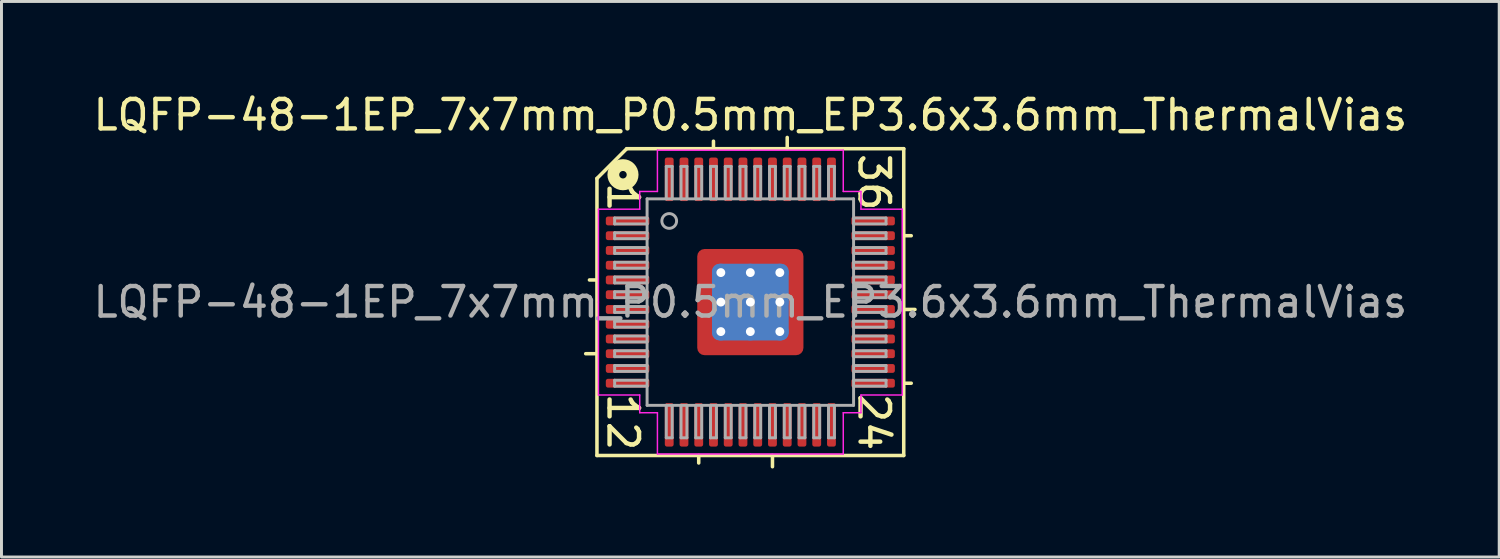
<source format=kicad_pcb>
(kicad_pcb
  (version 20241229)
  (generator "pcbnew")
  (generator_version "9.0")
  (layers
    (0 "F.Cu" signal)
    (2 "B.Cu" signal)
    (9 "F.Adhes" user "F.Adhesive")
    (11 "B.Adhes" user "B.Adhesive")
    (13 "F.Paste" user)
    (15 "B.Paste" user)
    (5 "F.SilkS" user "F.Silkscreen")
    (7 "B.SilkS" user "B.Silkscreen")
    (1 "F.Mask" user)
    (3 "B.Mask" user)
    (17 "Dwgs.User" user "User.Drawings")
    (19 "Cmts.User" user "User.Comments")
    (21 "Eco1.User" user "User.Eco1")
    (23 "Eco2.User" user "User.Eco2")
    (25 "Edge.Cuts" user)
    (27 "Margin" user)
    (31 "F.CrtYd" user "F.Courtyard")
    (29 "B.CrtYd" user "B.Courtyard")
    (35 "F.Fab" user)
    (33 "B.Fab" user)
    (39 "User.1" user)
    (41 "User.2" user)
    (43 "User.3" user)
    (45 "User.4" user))
  (footprint "LQFP-48-1EP_7x7mm_P0.5mm_EP3.6x3.6mm_ThermalVias"
    (layer "F.Cu")
    (at 22.387 7.191)
    (property "Reference" "LQFP-48-1EP_7x7mm_P0.5mm_EP3.6x3.6mm_ThermalVias" (at 0 -6.343 0) (layer "F.SilkS") (effects (font (size 1 1) (thickness 0.15))))
    (attr smd)
    (fp_line (start -5.2 -4.191) (end -5.2 5.2) (stroke (width 0.12) (type solid)) (layer "F.SilkS"))
    (fp_line (start -5.2 -0.75) (end -5.454 -0.75) (stroke (width 0.12) (type solid)) (layer "F.SilkS"))
    (fp_line (start -5.2 1.75) (end -5.581 1.75) (stroke (width 0.12) (type solid)) (layer "F.SilkS"))
    (fp_line (start -5.2 5.2) (end 5.2 5.2) (stroke (width 0.12) (type solid)) (layer "F.SilkS"))
    (fp_line (start -4.191 -5.2) (end -5.2 -4.191) (stroke (width 0.12) (type solid)) (layer "F.SilkS"))
    (fp_line (start -1.75 5.2) (end -1.75 5.454) (stroke (width 0.12) (type solid)) (layer "F.SilkS"))
    (fp_line (start -1.25 -5.2) (end -1.25 -5.454) (stroke (width 0.12) (type solid)) (layer "F.SilkS"))
    (fp_line (start 0.75 5.2) (end 0.75 5.581) (stroke (width 0.12) (type solid)) (layer "F.SilkS"))
    (fp_line (start 1.25 -5.2) (end 1.25 -5.581) (stroke (width 0.12) (type solid)) (layer "F.SilkS"))
    (fp_line (start 5.2 -5.2) (end -4.191 -5.2) (stroke (width 0.12) (type solid)) (layer "F.SilkS"))
    (fp_line (start 5.2 -2.25) (end 5.454 -2.25) (stroke (width 0.12) (type solid)) (layer "F.SilkS"))
    (fp_line (start 5.2 0.25) (end 5.581 0.25) (stroke (width 0.12) (type solid)) (layer "F.SilkS"))
    (fp_line (start 5.2 2.75) (end 5.454 2.75) (stroke (width 0.12) (type solid)) (layer "F.SilkS"))
    (fp_line (start 5.2 5.2) (end 5.2 -5.2) (stroke (width 0.12) (type solid)) (layer "F.SilkS"))
    (fp_circle (center -4.318 -4.318) (end -4.191 -4.318) (stroke (width 0.4) (type solid)) (fill no) (layer "F.SilkS"))
    (fp_line (start -5.15 -3.15) (end -5.15 0) (stroke (width 0.05) (type solid)) (layer "F.CrtYd"))
    (fp_line (start -5.15 3.15) (end -5.15 0) (stroke (width 0.05) (type solid)) (layer "F.CrtYd"))
    (fp_line (start -3.75 -3.75) (end -3.75 -3.15) (stroke (width 0.05) (type solid)) (layer "F.CrtYd"))
    (fp_line (start -3.75 -3.15) (end -5.15 -3.15) (stroke (width 0.05) (type solid)) (layer "F.CrtYd"))
    (fp_line (start -3.75 3.15) (end -5.15 3.15) (stroke (width 0.05) (type solid)) (layer "F.CrtYd"))
    (fp_line (start -3.75 3.75) (end -3.75 3.15) (stroke (width 0.05) (type solid)) (layer "F.CrtYd"))
    (fp_line (start -3.15 -5.15) (end -3.15 -3.75) (stroke (width 0.05) (type solid)) (layer "F.CrtYd"))
    (fp_line (start -3.15 -3.75) (end -3.75 -3.75) (stroke (width 0.05) (type solid)) (layer "F.CrtYd"))
    (fp_line (start -3.15 3.75) (end -3.75 3.75) (stroke (width 0.05) (type solid)) (layer "F.CrtYd"))
    (fp_line (start -3.15 5.15) (end -3.15 3.75) (stroke (width 0.05) (type solid)) (layer "F.CrtYd"))
    (fp_line (start 0 -5.15) (end -3.15 -5.15) (stroke (width 0.05) (type solid)) (layer "F.CrtYd"))
    (fp_line (start 0 -5.15) (end 3.15 -5.15) (stroke (width 0.05) (type solid)) (layer "F.CrtYd"))
    (fp_line (start 0 5.15) (end -3.15 5.15) (stroke (width 0.05) (type solid)) (layer "F.CrtYd"))
    (fp_line (start 0 5.15) (end 3.15 5.15) (stroke (width 0.05) (type solid)) (layer "F.CrtYd"))
    (fp_line (start 3.15 -5.15) (end 3.15 -3.75) (stroke (width 0.05) (type solid)) (layer "F.CrtYd"))
    (fp_line (start 3.15 -3.75) (end 3.75 -3.75) (stroke (width 0.05) (type solid)) (layer "F.CrtYd"))
    (fp_line (start 3.15 3.75) (end 3.75 3.75) (stroke (width 0.05) (type solid)) (layer "F.CrtYd"))
    (fp_line (start 3.15 5.15) (end 3.15 3.75) (stroke (width 0.05) (type solid)) (layer "F.CrtYd"))
    (fp_line (start 3.75 -3.75) (end 3.75 -3.15) (stroke (width 0.05) (type solid)) (layer "F.CrtYd"))
    (fp_line (start 3.75 -3.15) (end 5.15 -3.15) (stroke (width 0.05) (type solid)) (layer "F.CrtYd"))
    (fp_line (start 3.75 3.15) (end 5.15 3.15) (stroke (width 0.05) (type solid)) (layer "F.CrtYd"))
    (fp_line (start 3.75 3.75) (end 3.75 3.15) (stroke (width 0.05) (type solid)) (layer "F.CrtYd"))
    (fp_line (start 5.15 -3.15) (end 5.15 0) (stroke (width 0.05) (type solid)) (layer "F.CrtYd"))
    (fp_line (start 5.15 3.15) (end 5.15 0) (stroke (width 0.05) (type solid)) (layer "F.CrtYd"))
    (fp_line (start -4.6 -2.85) (end -4.6 -2.65) (stroke (width 0.1) (type solid)) (layer "F.Fab"))
    (fp_line (start -4.6 -2.85) (end -3.5 -2.85) (stroke (width 0.1) (type solid)) (layer "F.Fab"))
    (fp_line (start -4.6 -2.65) (end -3.5 -2.65) (stroke (width 0.1) (type solid)) (layer "F.Fab"))
    (fp_line (start -4.6 -2.35) (end -4.6 -2.15) (stroke (width 0.1) (type solid)) (layer "F.Fab"))
    (fp_line (start -4.6 -2.35) (end -3.5 -2.35) (stroke (width 0.1) (type solid)) (layer "F.Fab"))
    (fp_line (start -4.6 -2.15) (end -3.5 -2.15) (stroke (width 0.1) (type solid)) (layer "F.Fab"))
    (fp_line (start -4.6 -1.85) (end -4.6 -1.65) (stroke (width 0.1) (type solid)) (layer "F.Fab"))
    (fp_line (start -4.6 -1.85) (end -3.5 -1.85) (stroke (width 0.1) (type solid)) (layer "F.Fab"))
    (fp_line (start -4.6 -1.65) (end -3.5 -1.65) (stroke (width 0.1) (type solid)) (layer "F.Fab"))
    (fp_line (start -4.6 -1.35) (end -4.6 -1.15) (stroke (width 0.1) (type solid)) (layer "F.Fab"))
    (fp_line (start -4.6 -1.35) (end -3.5 -1.35) (stroke (width 0.1) (type solid)) (layer "F.Fab"))
    (fp_line (start -4.6 -1.15) (end -3.5 -1.15) (stroke (width 0.1) (type solid)) (layer "F.Fab"))
    (fp_line (start -4.6 -0.85) (end -4.6 -0.65) (stroke (width 0.1) (type solid)) (layer "F.Fab"))
    (fp_line (start -4.6 -0.85) (end -3.5 -0.85) (stroke (width 0.1) (type solid)) (layer "F.Fab"))
    (fp_line (start -4.6 -0.65) (end -3.5 -0.65) (stroke (width 0.1) (type solid)) (layer "F.Fab"))
    (fp_line (start -4.6 -0.35) (end -4.6 -0.15) (stroke (width 0.1) (type solid)) (layer "F.Fab"))
    (fp_line (start -4.6 -0.35) (end -3.5 -0.35) (stroke (width 0.1) (type solid)) (layer "F.Fab"))
    (fp_line (start -4.6 -0.15) (end -3.5 -0.15) (stroke (width 0.1) (type solid)) (layer "F.Fab"))
    (fp_line (start -4.6 0.15) (end -4.6 0.35) (stroke (width 0.1) (type solid)) (layer "F.Fab"))
    (fp_line (start -4.6 0.15) (end -3.5 0.15) (stroke (width 0.1) (type solid)) (layer "F.Fab"))
    (fp_line (start -4.6 0.35) (end -3.5 0.35) (stroke (width 0.1) (type solid)) (layer "F.Fab"))
    (fp_line (start -4.6 0.65) (end -4.6 0.85) (stroke (width 0.1) (type solid)) (layer "F.Fab"))
    (fp_line (start -4.6 0.65) (end -3.5 0.65) (stroke (width 0.1) (type solid)) (layer "F.Fab"))
    (fp_line (start -4.6 0.85) (end -3.5 0.85) (stroke (width 0.1) (type solid)) (layer "F.Fab"))
    (fp_line (start -4.6 1.15) (end -4.6 1.35) (stroke (width 0.1) (type solid)) (layer "F.Fab"))
    (fp_line (start -4.6 1.15) (end -3.5 1.15) (stroke (width 0.1) (type solid)) (layer "F.Fab"))
    (fp_line (start -4.6 1.35) (end -3.5 1.35) (stroke (width 0.1) (type solid)) (layer "F.Fab"))
    (fp_line (start -4.6 1.65) (end -4.6 1.85) (stroke (width 0.1) (type solid)) (layer "F.Fab"))
    (fp_line (start -4.6 1.65) (end -3.5 1.65) (stroke (width 0.1) (type solid)) (layer "F.Fab"))
    (fp_line (start -4.6 1.85) (end -3.5 1.85) (stroke (width 0.1) (type solid)) (layer "F.Fab"))
    (fp_line (start -4.6 2.15) (end -4.6 2.35) (stroke (width 0.1) (type solid)) (layer "F.Fab"))
    (fp_line (start -4.6 2.15) (end -3.5 2.15) (stroke (width 0.1) (type solid)) (layer "F.Fab"))
    (fp_line (start -4.6 2.35) (end -3.5 2.35) (stroke (width 0.1) (type solid)) (layer "F.Fab"))
    (fp_line (start -4.6 2.65) (end -4.6 2.85) (stroke (width 0.1) (type solid)) (layer "F.Fab"))
    (fp_line (start -4.6 2.65) (end -3.5 2.65) (stroke (width 0.1) (type solid)) (layer "F.Fab"))
    (fp_line (start -4.6 2.85) (end -3.5 2.85) (stroke (width 0.1) (type solid)) (layer "F.Fab"))
    (fp_line (start -3.5 -3.5) (end 3.5 -3.5) (stroke (width 0.1) (type solid)) (layer "F.Fab"))
    (fp_line (start -3.5 3.5) (end -3.5 -3.5) (stroke (width 0.1) (type solid)) (layer "F.Fab"))
    (fp_line (start -2.85 -4.6) (end -2.85 -3.5) (stroke (width 0.1) (type solid)) (layer "F.Fab"))
    (fp_line (start -2.85 4.6) (end -2.85 3.5) (stroke (width 0.1) (type solid)) (layer "F.Fab"))
    (fp_line (start -2.85 4.6) (end -2.65 4.6) (stroke (width 0.1) (type solid)) (layer "F.Fab"))
    (fp_line (start -2.65 -4.6) (end -2.85 -4.6) (stroke (width 0.1) (type solid)) (layer "F.Fab"))
    (fp_line (start -2.65 -4.6) (end -2.65 -3.5) (stroke (width 0.1) (type solid)) (layer "F.Fab"))
    (fp_line (start -2.65 4.6) (end -2.65 3.5) (stroke (width 0.1) (type solid)) (layer "F.Fab"))
    (fp_line (start -2.35 -4.6) (end -2.35 -3.5) (stroke (width 0.1) (type solid)) (layer "F.Fab"))
    (fp_line (start -2.35 4.6) (end -2.35 3.5) (stroke (width 0.1) (type solid)) (layer "F.Fab"))
    (fp_line (start -2.35 4.6) (end -2.15 4.6) (stroke (width 0.1) (type solid)) (layer "F.Fab"))
    (fp_line (start -2.15 -4.6) (end -2.35 -4.6) (stroke (width 0.1) (type solid)) (layer "F.Fab"))
    (fp_line (start -2.15 -4.6) (end -2.15 -3.5) (stroke (width 0.1) (type solid)) (layer "F.Fab"))
    (fp_line (start -2.15 4.6) (end -2.15 3.5) (stroke (width 0.1) (type solid)) (layer "F.Fab"))
    (fp_line (start -1.85 -4.6) (end -1.85 -3.5) (stroke (width 0.1) (type solid)) (layer "F.Fab"))
    (fp_line (start -1.85 4.6) (end -1.85 3.5) (stroke (width 0.1) (type solid)) (layer "F.Fab"))
    (fp_line (start -1.85 4.6) (end -1.65 4.6) (stroke (width 0.1) (type solid)) (layer "F.Fab"))
    (fp_line (start -1.65 -4.6) (end -1.85 -4.6) (stroke (width 0.1) (type solid)) (layer "F.Fab"))
    (fp_line (start -1.65 -4.6) (end -1.65 -3.5) (stroke (width 0.1) (type solid)) (layer "F.Fab"))
    (fp_line (start -1.65 4.6) (end -1.65 3.5) (stroke (width 0.1) (type solid)) (layer "F.Fab"))
    (fp_line (start -1.35 -4.6) (end -1.35 -3.5) (stroke (width 0.1) (type solid)) (layer "F.Fab"))
    (fp_line (start -1.35 4.6) (end -1.35 3.5) (stroke (width 0.1) (type solid)) (layer "F.Fab"))
    (fp_line (start -1.35 4.6) (end -1.15 4.6) (stroke (width 0.1) (type solid)) (layer "F.Fab"))
    (fp_line (start -1.15 -4.6) (end -1.35 -4.6) (stroke (width 0.1) (type solid)) (layer "F.Fab"))
    (fp_line (start -1.15 -4.6) (end -1.15 -3.5) (stroke (width 0.1) (type solid)) (layer "F.Fab"))
    (fp_line (start -1.15 4.6) (end -1.15 3.5) (stroke (width 0.1) (type solid)) (layer "F.Fab"))
    (fp_line (start -0.85 -4.6) (end -0.85 -3.5) (stroke (width 0.1) (type solid)) (layer "F.Fab"))
    (fp_line (start -0.85 4.6) (end -0.85 3.5) (stroke (width 0.1) (type solid)) (layer "F.Fab"))
    (fp_line (start -0.85 4.6) (end -0.65 4.6) (stroke (width 0.1) (type solid)) (layer "F.Fab"))
    (fp_line (start -0.65 -4.6) (end -0.85 -4.6) (stroke (width 0.1) (type solid)) (layer "F.Fab"))
    (fp_line (start -0.65 -4.6) (end -0.65 -3.5) (stroke (width 0.1) (type solid)) (layer "F.Fab"))
    (fp_line (start -0.65 4.6) (end -0.65 3.5) (stroke (width 0.1) (type solid)) (layer "F.Fab"))
    (fp_line (start -0.35 -4.6) (end -0.35 -3.5) (stroke (width 0.1) (type solid)) (layer "F.Fab"))
    (fp_line (start -0.35 4.6) (end -0.35 3.5) (stroke (width 0.1) (type solid)) (layer "F.Fab"))
    (fp_line (start -0.35 4.6) (end -0.15 4.6) (stroke (width 0.1) (type solid)) (layer "F.Fab"))
    (fp_line (start -0.15 -4.6) (end -0.35 -4.6) (stroke (width 0.1) (type solid)) (layer "F.Fab"))
    (fp_line (start -0.15 -4.6) (end -0.15 -3.5) (stroke (width 0.1) (type solid)) (layer "F.Fab"))
    (fp_line (start -0.15 4.6) (end -0.15 3.5) (stroke (width 0.1) (type solid)) (layer "F.Fab"))
    (fp_line (start 0.15 -4.6) (end 0.15 -3.5) (stroke (width 0.1) (type solid)) (layer "F.Fab"))
    (fp_line (start 0.15 4.6) (end 0.15 3.5) (stroke (width 0.1) (type solid)) (layer "F.Fab"))
    (fp_line (start 0.15 4.6) (end 0.35 4.6) (stroke (width 0.1) (type solid)) (layer "F.Fab"))
    (fp_line (start 0.35 -4.6) (end 0.15 -4.6) (stroke (width 0.1) (type solid)) (layer "F.Fab"))
    (fp_line (start 0.35 -4.6) (end 0.35 -3.5) (stroke (width 0.1) (type solid)) (layer "F.Fab"))
    (fp_line (start 0.35 4.6) (end 0.35 3.5) (stroke (width 0.1) (type solid)) (layer "F.Fab"))
    (fp_line (start 0.65 -4.6) (end 0.65 -3.5) (stroke (width 0.1) (type solid)) (layer "F.Fab"))
    (fp_line (start 0.65 4.6) (end 0.65 3.5) (stroke (width 0.1) (type solid)) (layer "F.Fab"))
    (fp_line (start 0.65 4.6) (end 0.85 4.6) (stroke (width 0.1) (type solid)) (layer "F.Fab"))
    (fp_line (start 0.85 -4.6) (end 0.65 -4.6) (stroke (width 0.1) (type solid)) (layer "F.Fab"))
    (fp_line (start 0.85 -4.6) (end 0.85 -3.5) (stroke (width 0.1) (type solid)) (layer "F.Fab"))
    (fp_line (start 0.85 4.6) (end 0.85 3.5) (stroke (width 0.1) (type solid)) (layer "F.Fab"))
    (fp_line (start 1.15 -4.6) (end 1.15 -3.5) (stroke (width 0.1) (type solid)) (layer "F.Fab"))
    (fp_line (start 1.15 4.6) (end 1.15 3.5) (stroke (width 0.1) (type solid)) (layer "F.Fab"))
    (fp_line (start 1.15 4.6) (end 1.35 4.6) (stroke (width 0.1) (type solid)) (layer "F.Fab"))
    (fp_line (start 1.35 -4.6) (end 1.15 -4.6) (stroke (width 0.1) (type solid)) (layer "F.Fab"))
    (fp_line (start 1.35 -4.6) (end 1.35 -3.5) (stroke (width 0.1) (type solid)) (layer "F.Fab"))
    (fp_line (start 1.35 4.6) (end 1.35 3.5) (stroke (width 0.1) (type solid)) (layer "F.Fab"))
    (fp_line (start 1.65 -4.6) (end 1.65 -3.5) (stroke (width 0.1) (type solid)) (layer "F.Fab"))
    (fp_line (start 1.65 4.6) (end 1.65 3.5) (stroke (width 0.1) (type solid)) (layer "F.Fab"))
    (fp_line (start 1.65 4.6) (end 1.85 4.6) (stroke (width 0.1) (type solid)) (layer "F.Fab"))
    (fp_line (start 1.85 -4.6) (end 1.65 -4.6) (stroke (width 0.1) (type solid)) (layer "F.Fab"))
    (fp_line (start 1.85 -4.6) (end 1.85 -3.5) (stroke (width 0.1) (type solid)) (layer "F.Fab"))
    (fp_line (start 1.85 4.6) (end 1.85 3.5) (stroke (width 0.1) (type solid)) (layer "F.Fab"))
    (fp_line (start 2.15 -4.6) (end 2.15 -3.5) (stroke (width 0.1) (type solid)) (layer "F.Fab"))
    (fp_line (start 2.15 4.6) (end 2.15 3.5) (stroke (width 0.1) (type solid)) (layer "F.Fab"))
    (fp_line (start 2.15 4.6) (end 2.35 4.6) (stroke (width 0.1) (type solid)) (layer "F.Fab"))
    (fp_line (start 2.35 -4.6) (end 2.15 -4.6) (stroke (width 0.1) (type solid)) (layer "F.Fab"))
    (fp_line (start 2.35 -4.6) (end 2.35 -3.5) (stroke (width 0.1) (type solid)) (layer "F.Fab"))
    (fp_line (start 2.35 4.6) (end 2.35 3.5) (stroke (width 0.1) (type solid)) (layer "F.Fab"))
    (fp_line (start 2.65 -4.6) (end 2.65 -3.5) (stroke (width 0.1) (type solid)) (layer "F.Fab"))
    (fp_line (start 2.65 4.6) (end 2.65 3.5) (stroke (width 0.1) (type solid)) (layer "F.Fab"))
    (fp_line (start 2.65 4.6) (end 2.85 4.6) (stroke (width 0.1) (type solid)) (layer "F.Fab"))
    (fp_line (start 2.85 -4.6) (end 2.65 -4.6) (stroke (width 0.1) (type solid)) (layer "F.Fab"))
    (fp_line (start 2.85 -4.6) (end 2.85 -3.5) (stroke (width 0.1) (type solid)) (layer "F.Fab"))
    (fp_line (start 2.85 4.6) (end 2.85 3.5) (stroke (width 0.1) (type solid)) (layer "F.Fab"))
    (fp_line (start 3.5 -3.5) (end 3.5 3.5) (stroke (width 0.1) (type solid)) (layer "F.Fab"))
    (fp_line (start 3.5 3.5) (end -3.5 3.5) (stroke (width 0.1) (type solid)) (layer "F.Fab"))
    (fp_line (start 4.6 -2.85) (end 3.5 -2.85) (stroke (width 0.1) (type solid)) (layer "F.Fab"))
    (fp_line (start 4.6 -2.65) (end 3.5 -2.65) (stroke (width 0.1) (type solid)) (layer "F.Fab"))
    (fp_line (start 4.6 -2.65) (end 4.6 -2.85) (stroke (width 0.1) (type solid)) (layer "F.Fab"))
    (fp_line (start 4.6 -2.35) (end 3.5 -2.35) (stroke (width 0.1) (type solid)) (layer "F.Fab"))
    (fp_line (start 4.6 -2.15) (end 3.5 -2.15) (stroke (width 0.1) (type solid)) (layer "F.Fab"))
    (fp_line (start 4.6 -2.15) (end 4.6 -2.35) (stroke (width 0.1) (type solid)) (layer "F.Fab"))
    (fp_line (start 4.6 -1.85) (end 3.5 -1.85) (stroke (width 0.1) (type solid)) (layer "F.Fab"))
    (fp_line (start 4.6 -1.65) (end 3.5 -1.65) (stroke (width 0.1) (type solid)) (layer "F.Fab"))
    (fp_line (start 4.6 -1.65) (end 4.6 -1.85) (stroke (width 0.1) (type solid)) (layer "F.Fab"))
    (fp_line (start 4.6 -1.35) (end 3.5 -1.35) (stroke (width 0.1) (type solid)) (layer "F.Fab"))
    (fp_line (start 4.6 -1.15) (end 3.5 -1.15) (stroke (width 0.1) (type solid)) (layer "F.Fab"))
    (fp_line (start 4.6 -1.15) (end 4.6 -1.35) (stroke (width 0.1) (type solid)) (layer "F.Fab"))
    (fp_line (start 4.6 -0.85) (end 3.5 -0.85) (stroke (width 0.1) (type solid)) (layer "F.Fab"))
    (fp_line (start 4.6 -0.65) (end 3.5 -0.65) (stroke (width 0.1) (type solid)) (layer "F.Fab"))
    (fp_line (start 4.6 -0.65) (end 4.6 -0.85) (stroke (width 0.1) (type solid)) (layer "F.Fab"))
    (fp_line (start 4.6 -0.35) (end 3.5 -0.35) (stroke (width 0.1) (type solid)) (layer "F.Fab"))
    (fp_line (start 4.6 -0.15) (end 3.5 -0.15) (stroke (width 0.1) (type solid)) (layer "F.Fab"))
    (fp_line (start 4.6 -0.15) (end 4.6 -0.35) (stroke (width 0.1) (type solid)) (layer "F.Fab"))
    (fp_line (start 4.6 0.15) (end 3.5 0.15) (stroke (width 0.1) (type solid)) (layer "F.Fab"))
    (fp_line (start 4.6 0.35) (end 3.5 0.35) (stroke (width 0.1) (type solid)) (layer "F.Fab"))
    (fp_line (start 4.6 0.35) (end 4.6 0.15) (stroke (width 0.1) (type solid)) (layer "F.Fab"))
    (fp_line (start 4.6 0.65) (end 3.5 0.65) (stroke (width 0.1) (type solid)) (layer "F.Fab"))
    (fp_line (start 4.6 0.85) (end 3.5 0.85) (stroke (width 0.1) (type solid)) (layer "F.Fab"))
    (fp_line (start 4.6 0.85) (end 4.6 0.65) (stroke (width 0.1) (type solid)) (layer "F.Fab"))
    (fp_line (start 4.6 1.15) (end 3.5 1.15) (stroke (width 0.1) (type solid)) (layer "F.Fab"))
    (fp_line (start 4.6 1.35) (end 3.5 1.35) (stroke (width 0.1) (type solid)) (layer "F.Fab"))
    (fp_line (start 4.6 1.35) (end 4.6 1.15) (stroke (width 0.1) (type solid)) (layer "F.Fab"))
    (fp_line (start 4.6 1.65) (end 3.5 1.65) (stroke (width 0.1) (type solid)) (layer "F.Fab"))
    (fp_line (start 4.6 1.85) (end 3.5 1.85) (stroke (width 0.1) (type solid)) (layer "F.Fab"))
    (fp_line (start 4.6 1.85) (end 4.6 1.65) (stroke (width 0.1) (type solid)) (layer "F.Fab"))
    (fp_line (start 4.6 2.15) (end 3.5 2.15) (stroke (width 0.1) (type solid)) (layer "F.Fab"))
    (fp_line (start 4.6 2.35) (end 3.5 2.35) (stroke (width 0.1) (type solid)) (layer "F.Fab"))
    (fp_line (start 4.6 2.35) (end 4.6 2.15) (stroke (width 0.1) (type solid)) (layer "F.Fab"))
    (fp_line (start 4.6 2.65) (end 3.5 2.65) (stroke (width 0.1) (type solid)) (layer "F.Fab"))
    (fp_line (start 4.6 2.85) (end 3.5 2.85) (stroke (width 0.1) (type solid)) (layer "F.Fab"))
    (fp_line (start 4.6 2.85) (end 4.6 2.65) (stroke (width 0.1) (type solid)) (layer "F.Fab"))
    (fp_circle (center -2.75 -2.75) (end -2.5 -2.75) (stroke (width 0.1) (type solid)) (fill no) (layer "F.Fab"))
    (fp_text user "1" (at -4.318 -3.556 270) (unlocked yes) (layer "F.SilkS") (effects (font (size 1 1) (thickness 0.15))))
    (fp_text user "36" (at 4.191 -4.064 270) (unlocked yes) (layer "F.SilkS") (effects (font (size 1 1) (thickness 0.15))))
    (fp_text user "24" (at 4.191 4.064 270) (unlocked yes) (layer "F.SilkS") (effects (font (size 1 1) (thickness 0.15))))
    (fp_text user "12" (at -4.318 4.064 270) (unlocked yes) (layer "F.SilkS") (effects (font (size 1 1) (thickness 0.15))))
    (fp_text user "${REFERENCE}" (at 0 0 0) (layer "F.Fab") (effects (font (size 1 1) (thickness 0.15))))
    (pad "" smd custom (at -1.4 -1.4) (size 0.555 0.555) (layers "F.Paste") (options (anchor circle)) (primitives (gr_poly (pts (xy 0.232 0.157) (xy 0.157 0.232) (xy -0.232 0.232) (xy -0.232 -0.232) (xy 0.232 -0.232)) (width 0.181) (fill yes))))
    (pad "" smd custom (at -1.4 -0.5) (size 0.568 0.568) (layers "F.Paste") (options (anchor circle)) (primitives (gr_poly (pts (xy 0.246 -0.263) (xy 0.246 0.263) (xy 0.182 0.326) (xy -0.246 0.326) (xy -0.246 -0.326) (xy 0.182 -0.326)) (width 0.153) (fill yes))))
    (pad "" smd custom (at -1.4 0.5) (size 0.568 0.568) (layers "F.Paste") (options (anchor circle)) (primitives (gr_poly (pts (xy 0.246 -0.263) (xy 0.246 0.263) (xy 0.182 0.326) (xy -0.246 0.326) (xy -0.246 -0.326) (xy 0.182 -0.326)) (width 0.153) (fill yes))))
    (pad "" smd custom (at -1.4 1.4) (size 0.555 0.555) (layers "F.Paste") (options (anchor circle)) (primitives (gr_poly (pts (xy 0.232 -0.157) (xy 0.232 0.232) (xy -0.232 0.232) (xy -0.232 -0.232) (xy 0.157 -0.232)) (width 0.181) (fill yes))))
    (pad "" smd custom (at -0.5 -1.4) (size 0.568 0.568) (layers "F.Paste") (options (anchor circle)) (primitives (gr_poly (pts (xy 0.326 0.182) (xy 0.263 0.246) (xy -0.263 0.246) (xy -0.326 0.182) (xy -0.326 -0.246) (xy 0.326 -0.246)) (width 0.153) (fill yes))))
    (pad "" smd roundrect (at -0.5 -0.5) (size 0.806 0.806) (layers "F.Paste") (roundrect_rratio 0.25))
    (pad "" smd roundrect (at -0.5 0.5) (size 0.806 0.806) (layers "F.Paste") (roundrect_rratio 0.25))
    (pad "" smd custom (at -0.5 1.4) (size 0.568 0.568) (layers "F.Paste") (options (anchor circle)) (primitives (gr_poly (pts (xy 0.326 -0.182) (xy 0.326 0.246) (xy -0.326 0.246) (xy -0.326 -0.182) (xy -0.263 -0.246) (xy 0.263 -0.246)) (width 0.153) (fill yes))))
    (pad "" smd custom (at 0.5 -1.4) (size 0.568 0.568) (layers "F.Paste") (options (anchor circle)) (primitives (gr_poly (pts (xy 0.326 0.182) (xy 0.263 0.246) (xy -0.263 0.246) (xy -0.326 0.182) (xy -0.326 -0.246) (xy 0.326 -0.246)) (width 0.153) (fill yes))))
    (pad "" smd roundrect (at 0.5 -0.5) (size 0.806 0.806) (layers "F.Paste") (roundrect_rratio 0.25))
    (pad "" smd roundrect (at 0.5 0.5) (size 0.806 0.806) (layers "F.Paste") (roundrect_rratio 0.25))
    (pad "" smd custom (at 0.5 1.4) (size 0.568 0.568) (layers "F.Paste") (options (anchor circle)) (primitives (gr_poly (pts (xy 0.326 -0.182) (xy 0.326 0.246) (xy -0.326 0.246) (xy -0.326 -0.182) (xy -0.263 -0.246) (xy 0.263 -0.246)) (width 0.153) (fill yes))))
    (pad "" smd custom (at 1.4 -1.4) (size 0.555 0.555) (layers "F.Paste") (options (anchor circle)) (primitives (gr_poly (pts (xy 0.232 0.232) (xy -0.157 0.232) (xy -0.232 0.157) (xy -0.232 -0.232) (xy 0.232 -0.232)) (width 0.181) (fill yes))))
    (pad "" smd custom (at 1.4 -0.5) (size 0.568 0.568) (layers "F.Paste") (options (anchor circle)) (primitives (gr_poly (pts (xy 0.246 0.326) (xy -0.182 0.326) (xy -0.246 0.263) (xy -0.246 -0.263) (xy -0.182 -0.326) (xy 0.246 -0.326)) (width 0.153) (fill yes))))
    (pad "" smd custom (at 1.4 0.5) (size 0.568 0.568) (layers "F.Paste") (options (anchor circle)) (primitives (gr_poly (pts (xy 0.246 0.326) (xy -0.182 0.326) (xy -0.246 0.263) (xy -0.246 -0.263) (xy -0.182 -0.326) (xy 0.246 -0.326)) (width 0.153) (fill yes))))
    (pad "" smd custom (at 1.4 1.4) (size 0.555 0.555) (layers "F.Paste") (options (anchor circle)) (primitives (gr_poly (pts (xy 0.232 0.232) (xy -0.232 0.232) (xy -0.232 -0.157) (xy -0.157 -0.232) (xy 0.232 -0.232)) (width 0.181) (fill yes))))
    (pad "1" smd roundrect (at -4.162 -2.75) (size 1.475 0.3) (layers "F.Cu" "F.Mask" "F.Paste") (roundrect_rratio 0.25))
    (pad "2" smd roundrect (at -4.162 -2.25) (size 1.475 0.3) (layers "F.Cu" "F.Mask" "F.Paste") (roundrect_rratio 0.25))
    (pad "3" smd roundrect (at -4.162 -1.75) (size 1.475 0.3) (layers "F.Cu" "F.Mask" "F.Paste") (roundrect_rratio 0.25))
    (pad "4" smd roundrect (at -4.162 -1.25) (size 1.475 0.3) (layers "F.Cu" "F.Mask" "F.Paste") (roundrect_rratio 0.25))
    (pad "5" smd roundrect (at -4.162 -0.75) (size 1.475 0.3) (layers "F.Cu" "F.Mask" "F.Paste") (roundrect_rratio 0.25))
    (pad "6" smd roundrect (at -4.162 -0.25) (size 1.475 0.3) (layers "F.Cu" "F.Mask" "F.Paste") (roundrect_rratio 0.25))
    (pad "7" smd roundrect (at -4.162 0.25) (size 1.475 0.3) (layers "F.Cu" "F.Mask" "F.Paste") (roundrect_rratio 0.25))
    (pad "8" smd roundrect (at -4.162 0.75) (size 1.475 0.3) (layers "F.Cu" "F.Mask" "F.Paste") (roundrect_rratio 0.25))
    (pad "9" smd roundrect (at -4.162 1.25) (size 1.475 0.3) (layers "F.Cu" "F.Mask" "F.Paste") (roundrect_rratio 0.25))
    (pad "10" smd roundrect (at -4.162 1.75) (size 1.475 0.3) (layers "F.Cu" "F.Mask" "F.Paste") (roundrect_rratio 0.25))
    (pad "11" smd roundrect (at -4.162 2.25) (size 1.475 0.3) (layers "F.Cu" "F.Mask" "F.Paste") (roundrect_rratio 0.25))
    (pad "12" smd roundrect (at -4.162 2.75) (size 1.475 0.3) (layers "F.Cu" "F.Mask" "F.Paste") (roundrect_rratio 0.25))
    (pad "13" smd roundrect (at -2.75 4.162) (size 0.3 1.475) (layers "F.Cu" "F.Mask" "F.Paste") (roundrect_rratio 0.25))
    (pad "14" smd roundrect (at -2.25 4.162) (size 0.3 1.475) (layers "F.Cu" "F.Mask" "F.Paste") (roundrect_rratio 0.25))
    (pad "15" smd roundrect (at -1.75 4.162) (size 0.3 1.475) (layers "F.Cu" "F.Mask" "F.Paste") (roundrect_rratio 0.25))
    (pad "16" smd roundrect (at -1.25 4.162) (size 0.3 1.475) (layers "F.Cu" "F.Mask" "F.Paste") (roundrect_rratio 0.25))
    (pad "17" smd roundrect (at -0.75 4.162) (size 0.3 1.475) (layers "F.Cu" "F.Mask" "F.Paste") (roundrect_rratio 0.25))
    (pad "18" smd roundrect (at -0.25 4.162) (size 0.3 1.475) (layers "F.Cu" "F.Mask" "F.Paste") (roundrect_rratio 0.25))
    (pad "19" smd roundrect (at 0.25 4.162) (size 0.3 1.475) (layers "F.Cu" "F.Mask" "F.Paste") (roundrect_rratio 0.25))
    (pad "20" smd roundrect (at 0.75 4.162) (size 0.3 1.475) (layers "F.Cu" "F.Mask" "F.Paste") (roundrect_rratio 0.25))
    (pad "21" smd roundrect (at 1.25 4.162) (size 0.3 1.475) (layers "F.Cu" "F.Mask" "F.Paste") (roundrect_rratio 0.25))
    (pad "22" smd roundrect (at 1.75 4.162) (size 0.3 1.475) (layers "F.Cu" "F.Mask" "F.Paste") (roundrect_rratio 0.25))
    (pad "23" smd roundrect (at 2.25 4.162) (size 0.3 1.475) (layers "F.Cu" "F.Mask" "F.Paste") (roundrect_rratio 0.25))
    (pad "24" smd roundrect (at 2.75 4.162) (size 0.3 1.475) (layers "F.Cu" "F.Mask" "F.Paste") (roundrect_rratio 0.25))
    (pad "25" smd roundrect (at 4.162 2.75) (size 1.475 0.3) (layers "F.Cu" "F.Mask" "F.Paste") (roundrect_rratio 0.25))
    (pad "26" smd roundrect (at 4.162 2.25) (size 1.475 0.3) (layers "F.Cu" "F.Mask" "F.Paste") (roundrect_rratio 0.25))
    (pad "27" smd roundrect (at 4.162 1.75) (size 1.475 0.3) (layers "F.Cu" "F.Mask" "F.Paste") (roundrect_rratio 0.25))
    (pad "28" smd roundrect (at 4.162 1.25) (size 1.475 0.3) (layers "F.Cu" "F.Mask" "F.Paste") (roundrect_rratio 0.25))
    (pad "29" smd roundrect (at 4.162 0.75) (size 1.475 0.3) (layers "F.Cu" "F.Mask" "F.Paste") (roundrect_rratio 0.25))
    (pad "30" smd roundrect (at 4.162 0.25) (size 1.475 0.3) (layers "F.Cu" "F.Mask" "F.Paste") (roundrect_rratio 0.25))
    (pad "31" smd roundrect (at 4.162 -0.25) (size 1.475 0.3) (layers "F.Cu" "F.Mask" "F.Paste") (roundrect_rratio 0.25))
    (pad "32" smd roundrect (at 4.162 -0.75) (size 1.475 0.3) (layers "F.Cu" "F.Mask" "F.Paste") (roundrect_rratio 0.25))
    (pad "33" smd roundrect (at 4.162 -1.25) (size 1.475 0.3) (layers "F.Cu" "F.Mask" "F.Paste") (roundrect_rratio 0.25))
    (pad "34" smd roundrect (at 4.162 -1.75) (size 1.475 0.3) (layers "F.Cu" "F.Mask" "F.Paste") (roundrect_rratio 0.25))
    (pad "35" smd roundrect (at 4.162 -2.25) (size 1.475 0.3) (layers "F.Cu" "F.Mask" "F.Paste") (roundrect_rratio 0.25))
    (pad "36" smd roundrect (at 4.162 -2.75) (size 1.475 0.3) (layers "F.Cu" "F.Mask" "F.Paste") (roundrect_rratio 0.25))
    (pad "37" smd roundrect (at 2.75 -4.162) (size 0.3 1.475) (layers "F.Cu" "F.Mask" "F.Paste") (roundrect_rratio 0.25))
    (pad "38" smd roundrect (at 2.25 -4.162) (size 0.3 1.475) (layers "F.Cu" "F.Mask" "F.Paste") (roundrect_rratio 0.25))
    (pad "39" smd roundrect (at 1.75 -4.162) (size 0.3 1.475) (layers "F.Cu" "F.Mask" "F.Paste") (roundrect_rratio 0.25))
    (pad "40" smd roundrect (at 1.25 -4.162) (size 0.3 1.475) (layers "F.Cu" "F.Mask" "F.Paste") (roundrect_rratio 0.25))
    (pad "41" smd roundrect (at 0.75 -4.162) (size 0.3 1.475) (layers "F.Cu" "F.Mask" "F.Paste") (roundrect_rratio 0.25))
    (pad "42" smd roundrect (at 0.25 -4.162) (size 0.3 1.475) (layers "F.Cu" "F.Mask" "F.Paste") (roundrect_rratio 0.25))
    (pad "43" smd roundrect (at -0.25 -4.162) (size 0.3 1.475) (layers "F.Cu" "F.Mask" "F.Paste") (roundrect_rratio 0.25))
    (pad "44" smd roundrect (at -0.75 -4.162) (size 0.3 1.475) (layers "F.Cu" "F.Mask" "F.Paste") (roundrect_rratio 0.25))
    (pad "45" smd roundrect (at -1.25 -4.162) (size 0.3 1.475) (layers "F.Cu" "F.Mask" "F.Paste") (roundrect_rratio 0.25))
    (pad "46" smd roundrect (at -1.75 -4.162) (size 0.3 1.475) (layers "F.Cu" "F.Mask" "F.Paste") (roundrect_rratio 0.25))
    (pad "47" smd roundrect (at -2.25 -4.162) (size 0.3 1.475) (layers "F.Cu" "F.Mask" "F.Paste") (roundrect_rratio 0.25))
    (pad "48" smd roundrect (at -2.75 -4.162) (size 0.3 1.475) (layers "F.Cu" "F.Mask" "F.Paste") (roundrect_rratio 0.25))
    (pad "49" thru_hole circle (at -1 -1) (size 0.6 0.6) (drill 0.3) (property pad_prop_heatsink) (layers "*.Cu"))
    (pad "49" thru_hole circle (at -1 0) (size 0.6 0.6) (drill 0.3) (property pad_prop_heatsink) (layers "*.Cu"))
    (pad "49" thru_hole circle (at -1 1) (size 0.6 0.6) (drill 0.3) (property pad_prop_heatsink) (layers "*.Cu"))
    (pad "49" thru_hole circle (at 0 -1) (size 0.6 0.6) (drill 0.3) (property pad_prop_heatsink) (layers "*.Cu"))
    (pad "49" thru_hole circle (at 0 0) (size 0.6 0.6) (drill 0.3) (property pad_prop_heatsink) (layers "*.Cu"))
    (pad "49" smd roundrect (at 0 0) (size 2.6 2.6) (layers "B.Cu" "B.Mask") (roundrect_rratio 0.096))
    (pad "49" smd roundrect (at 0 0) (size 3.6 3.6) (layers "F.Cu" "F.Mask") (roundrect_rratio 0.069))
    (pad "49" thru_hole circle (at 0 1) (size 0.6 0.6) (drill 0.3) (property pad_prop_heatsink) (layers "*.Cu"))
    (pad "49" thru_hole circle (at 1 -1) (size 0.6 0.6) (drill 0.3) (property pad_prop_heatsink) (layers "*.Cu"))
    (pad "49" thru_hole circle (at 1 0) (size 0.6 0.6) (drill 0.3) (property pad_prop_heatsink) (layers "*.Cu"))
    (pad "49" thru_hole circle (at 1 1) (size 0.6 0.6) (drill 0.3) (property pad_prop_heatsink) (layers "*.Cu")))
  (gr_rect
    (start -3 -3)
    (end 47.774 15.832)
    (stroke (width 0.1) (type default))
    (fill no)
    (layer "Edge.Cuts")))
</source>
